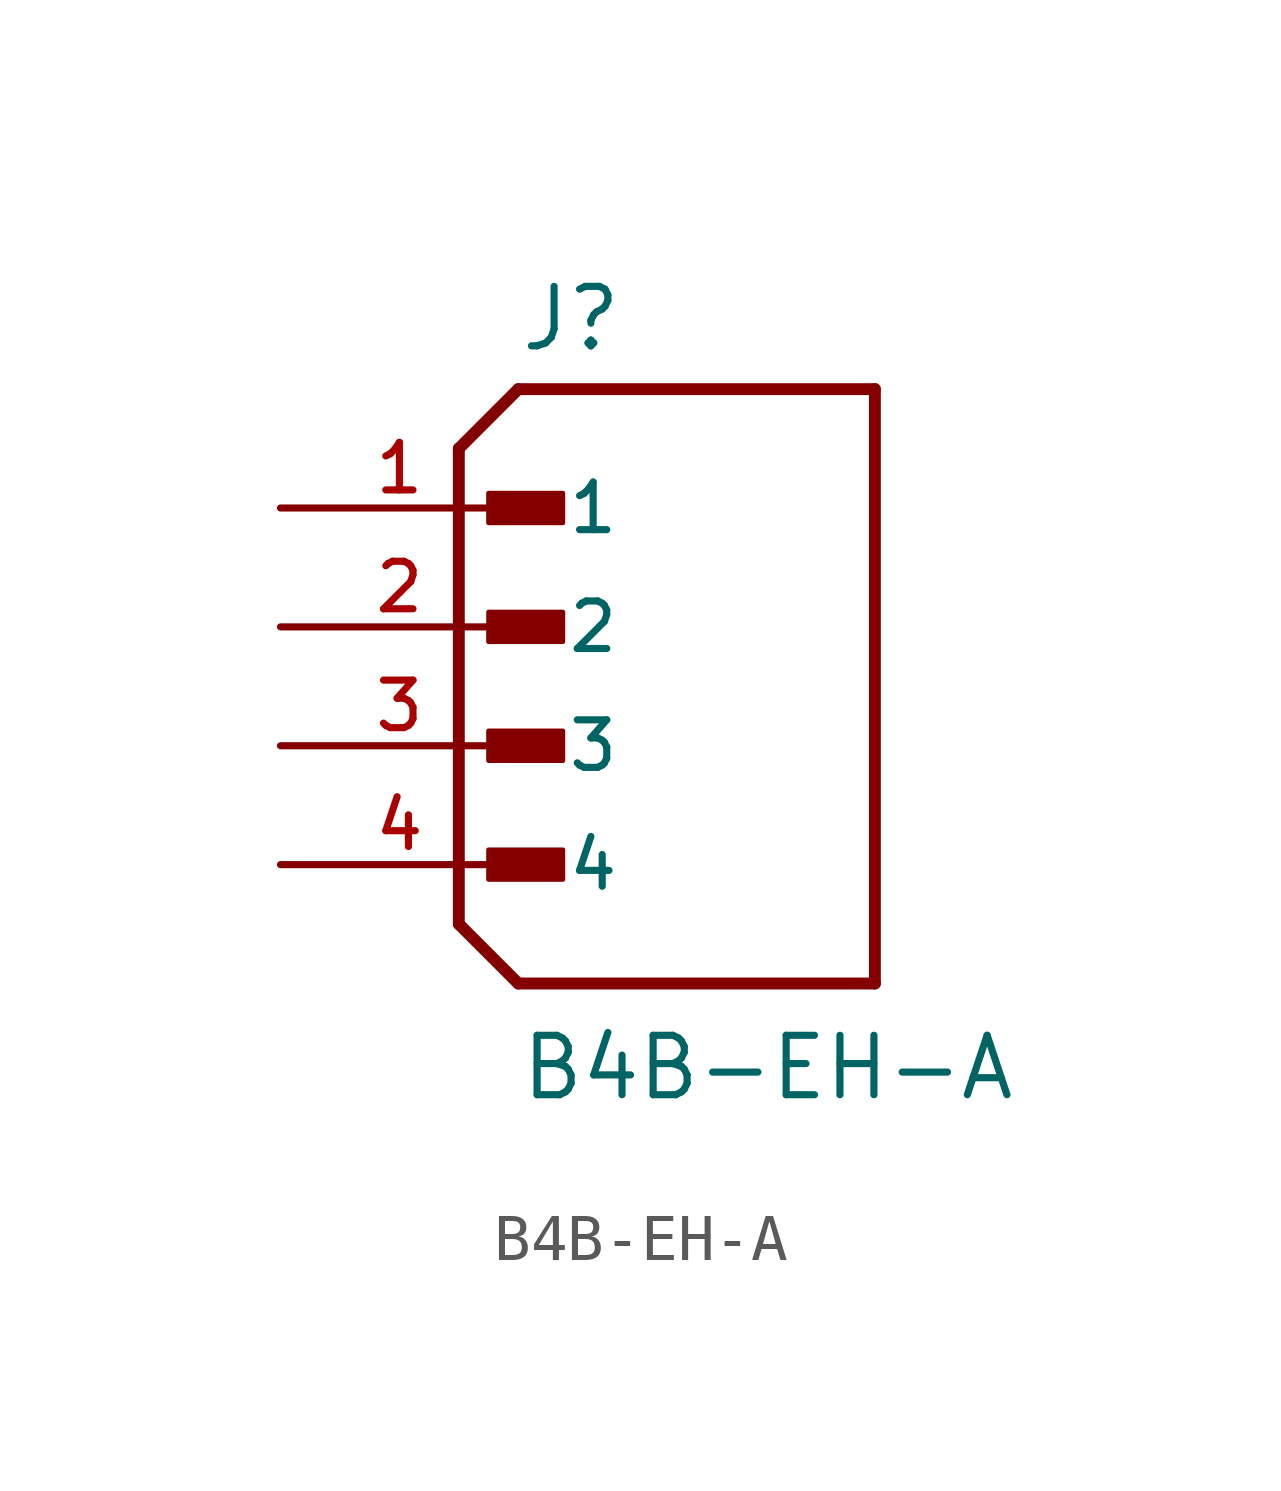
<source format=kicad_sym>
(kicad_symbol_lib
  (version 20211014)
  (generator kicad_symbol_editor)
  (symbol "B4B-EH-A"
    (pin_names
      (offset 1.016))
    (property "Reference" "J"
      (at -2.54 8.382 0)
      (effects (font (size 1.27 1.27)) (justify bottom left)))
    (property "Value" "B4B-EH-A"
      (at -2.54 -7.62 0)
      (effects (font (size 1.27 1.27)) (justify bottom left)))
    (symbol "B4B-EH-A_0_0"
      (polyline (pts (xy -3.81 6.35) (xy -2.54 7.62)) (stroke (width 0.254)))
      (polyline (pts (xy -3.81 6.35) (xy -3.81 -3.81)) (stroke (width 0.254)))
      (polyline (pts (xy -3.81 -3.81) (xy -2.54 -5.08)) (stroke (width 0.254)))
      (polyline (pts (xy -2.54 -5.08) (xy 5.08 -5.08)) (stroke (width 0.254)))
      (polyline (pts (xy 5.08 -5.08) (xy 5.08 7.62)) (stroke (width 0.254)))
      (polyline (pts (xy 5.08 7.62) (xy -2.54 7.62)) (stroke (width 0.254)))
      (rectangle (start -3.175 4.763) (end -1.587 5.397) (stroke (width 0.1)) (fill (type outline)))
      (rectangle (start -3.175 2.223) (end -1.587 2.857) (stroke (width 0.1)) (fill (type outline)))
      (rectangle (start -3.175 -0.318) (end -1.587 0.318) (stroke (width 0.1)) (fill (type outline)))
      (rectangle (start -3.175 -2.857) (end -1.587 -2.223) (stroke (width 0.1)) (fill (type outline)))
      (pin passive line (at -7.62 5.08 0) (length 5.08) (name "1" (effects (font (size 1.016 1.016)))) (number "1" (effects (font (size 1.016 1.016)))))
      (pin passive line (at -7.62 2.54 0) (length 5.08) (name "2" (effects (font (size 1.016 1.016)))) (number "2" (effects (font (size 1.016 1.016)))))
      (pin passive line (at -7.62 0.0 0) (length 5.08) (name "3" (effects (font (size 1.016 1.016)))) (number "3" (effects (font (size 1.016 1.016)))))
      (pin passive line (at -7.62 -2.54 0) (length 5.08) (name "4" (effects (font (size 1.016 1.016)))) (number "4" (effects (font (size 1.016 1.016))))))))
</source>
